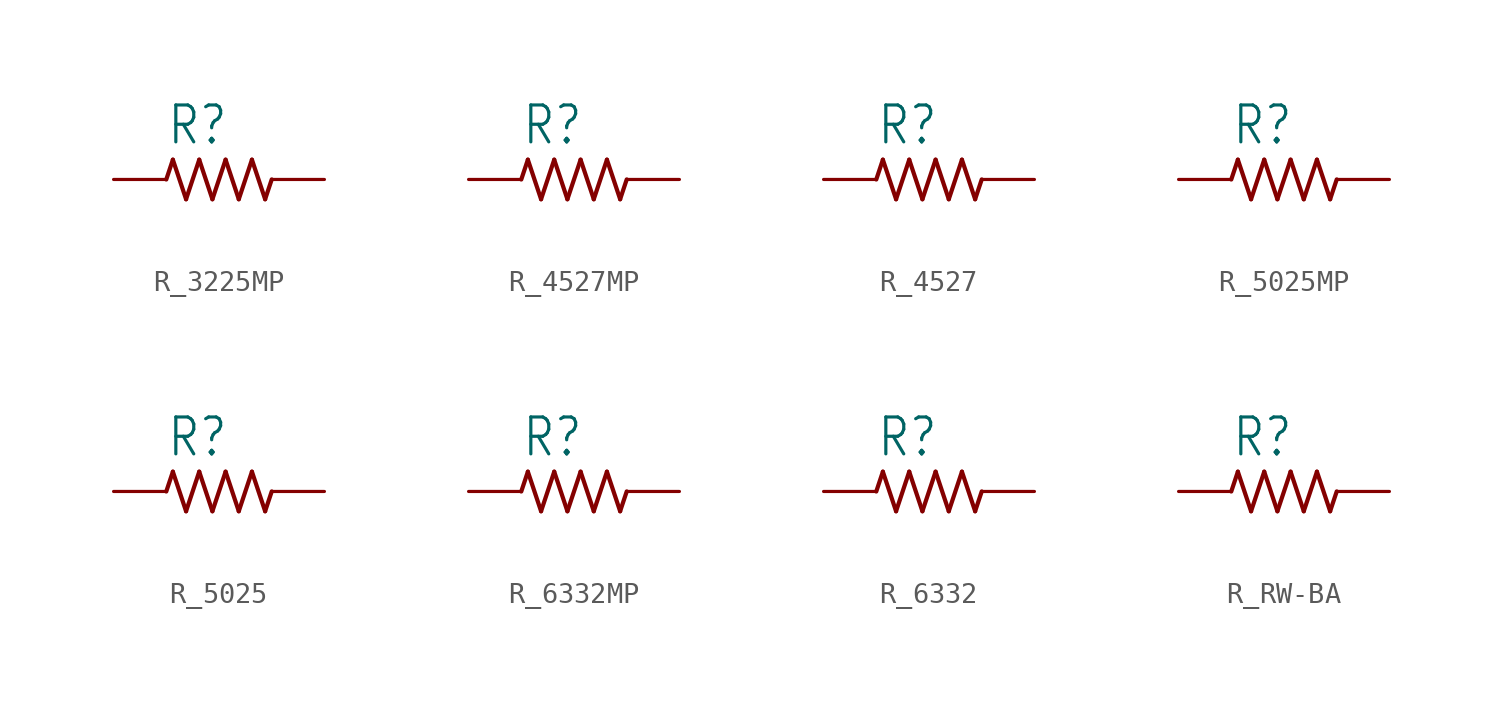
<source format=kicad_sym>
(kicad_symbol_lib
  (version 20231120)
  (generator "kicad_symbol_editor")
  (generator_version "8.0")
  (symbol "R_3225MP"
    (property "Reference" "R"
      (at -2.54 1.587 0)
      (effects (font (size 1.778 1.511)) (justify left bottom)))
    (property "Value" ""
      (at -2.54 -3.175 0)
      (effects (font (size 1.778 1.511)) (justify left bottom)))
    (property "ki_locked" ""
      (at 0 0 0)
      (effects (font (size 1.27 1.27))))
    (symbol "R_3225MP_1_0"
      (polyline (pts (xy -2.54 0) (xy -2.223 0.953)) (stroke (width 0.203) (type solid)) (fill (type none)))
      (polyline (pts (xy -2.223 0.953) (xy -1.587 -0.953)) (stroke (width 0.203) (type solid)) (fill (type none)))
      (polyline (pts (xy -1.587 -0.953) (xy -0.953 0.953)) (stroke (width 0.203) (type solid)) (fill (type none)))
      (polyline (pts (xy -0.953 0.953) (xy -0.318 -0.953)) (stroke (width 0.203) (type solid)) (fill (type none)))
      (polyline (pts (xy -0.318 -0.953) (xy 0.318 0.953)) (stroke (width 0.203) (type solid)) (fill (type none)))
      (polyline (pts (xy 0.318 0.953) (xy 0.953 -0.953)) (stroke (width 0.203) (type solid)) (fill (type none)))
      (polyline (pts (xy 0.953 -0.953) (xy 1.587 0.953)) (stroke (width 0.203) (type solid)) (fill (type none)))
      (polyline (pts (xy 1.587 0.953) (xy 2.223 -0.953)) (stroke (width 0.203) (type solid)) (fill (type none)))
      (polyline (pts (xy 2.223 -0.953) (xy 2.54 0)) (stroke (width 0.203) (type solid)) (fill (type none)))
      (pin passive line (at -5.08 0 0) (length 2.54) (name "1" (effects (font (size 0 0)))) (number "1" (effects (font (size 0 0)))))
      (pin passive line (at 5.08 0 180) (length 2.54) (name "2" (effects (font (size 0 0)))) (number "2" (effects (font (size 0 0)))))))
  (symbol "R_4527MP"
    (property "Reference" "R"
      (at -2.54 1.587 0)
      (effects (font (size 1.778 1.511)) (justify left bottom)))
    (property "Value" ""
      (at -2.54 -3.175 0)
      (effects (font (size 1.778 1.511)) (justify left bottom)))
    (property "ki_locked" ""
      (at 0 0 0)
      (effects (font (size 1.27 1.27))))
    (symbol "R_4527MP_1_0"
      (polyline (pts (xy -2.54 0) (xy -2.223 0.953)) (stroke (width 0.203) (type solid)) (fill (type none)))
      (polyline (pts (xy -2.223 0.953) (xy -1.587 -0.953)) (stroke (width 0.203) (type solid)) (fill (type none)))
      (polyline (pts (xy -1.587 -0.953) (xy -0.953 0.953)) (stroke (width 0.203) (type solid)) (fill (type none)))
      (polyline (pts (xy -0.953 0.953) (xy -0.318 -0.953)) (stroke (width 0.203) (type solid)) (fill (type none)))
      (polyline (pts (xy -0.318 -0.953) (xy 0.318 0.953)) (stroke (width 0.203) (type solid)) (fill (type none)))
      (polyline (pts (xy 0.318 0.953) (xy 0.953 -0.953)) (stroke (width 0.203) (type solid)) (fill (type none)))
      (polyline (pts (xy 0.953 -0.953) (xy 1.587 0.953)) (stroke (width 0.203) (type solid)) (fill (type none)))
      (polyline (pts (xy 1.587 0.953) (xy 2.223 -0.953)) (stroke (width 0.203) (type solid)) (fill (type none)))
      (polyline (pts (xy 2.223 -0.953) (xy 2.54 0)) (stroke (width 0.203) (type solid)) (fill (type none)))
      (pin passive line (at -5.08 0 0) (length 2.54) (name "1" (effects (font (size 0 0)))) (number "1" (effects (font (size 0 0)))))
      (pin passive line (at 5.08 0 180) (length 2.54) (name "2" (effects (font (size 0 0)))) (number "2" (effects (font (size 0 0)))))))
  (symbol "R_4527"
    (property "Reference" "R"
      (at -2.54 1.587 0)
      (effects (font (size 1.778 1.511)) (justify left bottom)))
    (property "Value" ""
      (at -2.54 -3.175 0)
      (effects (font (size 1.778 1.511)) (justify left bottom)))
    (property "ki_locked" ""
      (at 0 0 0)
      (effects (font (size 1.27 1.27))))
    (symbol "R_4527_1_0"
      (polyline (pts (xy -2.54 0) (xy -2.223 0.953)) (stroke (width 0.203) (type solid)) (fill (type none)))
      (polyline (pts (xy -2.223 0.953) (xy -1.587 -0.953)) (stroke (width 0.203) (type solid)) (fill (type none)))
      (polyline (pts (xy -1.587 -0.953) (xy -0.953 0.953)) (stroke (width 0.203) (type solid)) (fill (type none)))
      (polyline (pts (xy -0.953 0.953) (xy -0.318 -0.953)) (stroke (width 0.203) (type solid)) (fill (type none)))
      (polyline (pts (xy -0.318 -0.953) (xy 0.318 0.953)) (stroke (width 0.203) (type solid)) (fill (type none)))
      (polyline (pts (xy 0.318 0.953) (xy 0.953 -0.953)) (stroke (width 0.203) (type solid)) (fill (type none)))
      (polyline (pts (xy 0.953 -0.953) (xy 1.587 0.953)) (stroke (width 0.203) (type solid)) (fill (type none)))
      (polyline (pts (xy 1.587 0.953) (xy 2.223 -0.953)) (stroke (width 0.203) (type solid)) (fill (type none)))
      (polyline (pts (xy 2.223 -0.953) (xy 2.54 0)) (stroke (width 0.203) (type solid)) (fill (type none)))
      (pin passive line (at -5.08 0 0) (length 2.54) (name "1" (effects (font (size 0 0)))) (number "1" (effects (font (size 0 0)))))
      (pin passive line (at 5.08 0 180) (length 2.54) (name "2" (effects (font (size 0 0)))) (number "2" (effects (font (size 0 0)))))))
  (symbol "R_5025MP"
    (property "Reference" "R"
      (at -2.54 1.587 0)
      (effects (font (size 1.778 1.511)) (justify left bottom)))
    (property "Value" ""
      (at -2.54 -3.175 0)
      (effects (font (size 1.778 1.511)) (justify left bottom)))
    (property "ki_locked" ""
      (at 0 0 0)
      (effects (font (size 1.27 1.27))))
    (symbol "R_5025MP_1_0"
      (polyline (pts (xy -2.54 0) (xy -2.223 0.953)) (stroke (width 0.203) (type solid)) (fill (type none)))
      (polyline (pts (xy -2.223 0.953) (xy -1.587 -0.953)) (stroke (width 0.203) (type solid)) (fill (type none)))
      (polyline (pts (xy -1.587 -0.953) (xy -0.953 0.953)) (stroke (width 0.203) (type solid)) (fill (type none)))
      (polyline (pts (xy -0.953 0.953) (xy -0.318 -0.953)) (stroke (width 0.203) (type solid)) (fill (type none)))
      (polyline (pts (xy -0.318 -0.953) (xy 0.318 0.953)) (stroke (width 0.203) (type solid)) (fill (type none)))
      (polyline (pts (xy 0.318 0.953) (xy 0.953 -0.953)) (stroke (width 0.203) (type solid)) (fill (type none)))
      (polyline (pts (xy 0.953 -0.953) (xy 1.587 0.953)) (stroke (width 0.203) (type solid)) (fill (type none)))
      (polyline (pts (xy 1.587 0.953) (xy 2.223 -0.953)) (stroke (width 0.203) (type solid)) (fill (type none)))
      (polyline (pts (xy 2.223 -0.953) (xy 2.54 0)) (stroke (width 0.203) (type solid)) (fill (type none)))
      (pin passive line (at -5.08 0 0) (length 2.54) (name "1" (effects (font (size 0 0)))) (number "1" (effects (font (size 0 0)))))
      (pin passive line (at 5.08 0 180) (length 2.54) (name "2" (effects (font (size 0 0)))) (number "2" (effects (font (size 0 0)))))))
  (symbol "R_5025"
    (property "Reference" "R"
      (at -2.54 1.587 0)
      (effects (font (size 1.778 1.511)) (justify left bottom)))
    (property "Value" ""
      (at -2.54 -3.175 0)
      (effects (font (size 1.778 1.511)) (justify left bottom)))
    (property "ki_locked" ""
      (at 0 0 0)
      (effects (font (size 1.27 1.27))))
    (symbol "R_5025_1_0"
      (polyline (pts (xy -2.54 0) (xy -2.223 0.953)) (stroke (width 0.203) (type solid)) (fill (type none)))
      (polyline (pts (xy -2.223 0.953) (xy -1.587 -0.953)) (stroke (width 0.203) (type solid)) (fill (type none)))
      (polyline (pts (xy -1.587 -0.953) (xy -0.953 0.953)) (stroke (width 0.203) (type solid)) (fill (type none)))
      (polyline (pts (xy -0.953 0.953) (xy -0.318 -0.953)) (stroke (width 0.203) (type solid)) (fill (type none)))
      (polyline (pts (xy -0.318 -0.953) (xy 0.318 0.953)) (stroke (width 0.203) (type solid)) (fill (type none)))
      (polyline (pts (xy 0.318 0.953) (xy 0.953 -0.953)) (stroke (width 0.203) (type solid)) (fill (type none)))
      (polyline (pts (xy 0.953 -0.953) (xy 1.587 0.953)) (stroke (width 0.203) (type solid)) (fill (type none)))
      (polyline (pts (xy 1.587 0.953) (xy 2.223 -0.953)) (stroke (width 0.203) (type solid)) (fill (type none)))
      (polyline (pts (xy 2.223 -0.953) (xy 2.54 0)) (stroke (width 0.203) (type solid)) (fill (type none)))
      (pin passive line (at -5.08 0 0) (length 2.54) (name "1" (effects (font (size 0 0)))) (number "1" (effects (font (size 0 0)))))
      (pin passive line (at 5.08 0 180) (length 2.54) (name "2" (effects (font (size 0 0)))) (number "2" (effects (font (size 0 0)))))))
  (symbol "R_6332MP"
    (property "Reference" "R"
      (at -2.54 1.587 0)
      (effects (font (size 1.778 1.511)) (justify left bottom)))
    (property "Value" ""
      (at -2.54 -3.175 0)
      (effects (font (size 1.778 1.511)) (justify left bottom)))
    (property "ki_locked" ""
      (at 0 0 0)
      (effects (font (size 1.27 1.27))))
    (symbol "R_6332MP_1_0"
      (polyline (pts (xy -2.54 0) (xy -2.223 0.953)) (stroke (width 0.203) (type solid)) (fill (type none)))
      (polyline (pts (xy -2.223 0.953) (xy -1.587 -0.953)) (stroke (width 0.203) (type solid)) (fill (type none)))
      (polyline (pts (xy -1.587 -0.953) (xy -0.953 0.953)) (stroke (width 0.203) (type solid)) (fill (type none)))
      (polyline (pts (xy -0.953 0.953) (xy -0.318 -0.953)) (stroke (width 0.203) (type solid)) (fill (type none)))
      (polyline (pts (xy -0.318 -0.953) (xy 0.318 0.953)) (stroke (width 0.203) (type solid)) (fill (type none)))
      (polyline (pts (xy 0.318 0.953) (xy 0.953 -0.953)) (stroke (width 0.203) (type solid)) (fill (type none)))
      (polyline (pts (xy 0.953 -0.953) (xy 1.587 0.953)) (stroke (width 0.203) (type solid)) (fill (type none)))
      (polyline (pts (xy 1.587 0.953) (xy 2.223 -0.953)) (stroke (width 0.203) (type solid)) (fill (type none)))
      (polyline (pts (xy 2.223 -0.953) (xy 2.54 0)) (stroke (width 0.203) (type solid)) (fill (type none)))
      (pin passive line (at -5.08 0 0) (length 2.54) (name "1" (effects (font (size 0 0)))) (number "1" (effects (font (size 0 0)))))
      (pin passive line (at 5.08 0 180) (length 2.54) (name "2" (effects (font (size 0 0)))) (number "2" (effects (font (size 0 0)))))))
  (symbol "R_6332"
    (property "Reference" "R"
      (at -2.54 1.587 0)
      (effects (font (size 1.778 1.511)) (justify left bottom)))
    (property "Value" ""
      (at -2.54 -3.175 0)
      (effects (font (size 1.778 1.511)) (justify left bottom)))
    (property "ki_locked" ""
      (at 0 0 0)
      (effects (font (size 1.27 1.27))))
    (symbol "R_6332_1_0"
      (polyline (pts (xy -2.54 0) (xy -2.223 0.953)) (stroke (width 0.203) (type solid)) (fill (type none)))
      (polyline (pts (xy -2.223 0.953) (xy -1.587 -0.953)) (stroke (width 0.203) (type solid)) (fill (type none)))
      (polyline (pts (xy -1.587 -0.953) (xy -0.953 0.953)) (stroke (width 0.203) (type solid)) (fill (type none)))
      (polyline (pts (xy -0.953 0.953) (xy -0.318 -0.953)) (stroke (width 0.203) (type solid)) (fill (type none)))
      (polyline (pts (xy -0.318 -0.953) (xy 0.318 0.953)) (stroke (width 0.203) (type solid)) (fill (type none)))
      (polyline (pts (xy 0.318 0.953) (xy 0.953 -0.953)) (stroke (width 0.203) (type solid)) (fill (type none)))
      (polyline (pts (xy 0.953 -0.953) (xy 1.587 0.953)) (stroke (width 0.203) (type solid)) (fill (type none)))
      (polyline (pts (xy 1.587 0.953) (xy 2.223 -0.953)) (stroke (width 0.203) (type solid)) (fill (type none)))
      (polyline (pts (xy 2.223 -0.953) (xy 2.54 0)) (stroke (width 0.203) (type solid)) (fill (type none)))
      (pin passive line (at -5.08 0 0) (length 2.54) (name "1" (effects (font (size 0 0)))) (number "1" (effects (font (size 0 0)))))
      (pin passive line (at 5.08 0 180) (length 2.54) (name "2" (effects (font (size 0 0)))) (number "2" (effects (font (size 0 0)))))))
  (symbol "R_RW-BA"
    (property "Reference" "R"
      (at -2.54 1.587 0)
      (effects (font (size 1.778 1.511)) (justify left bottom)))
    (property "Value" ""
      (at -2.54 -3.175 0)
      (effects (font (size 1.778 1.511)) (justify left bottom)))
    (property "ki_locked" ""
      (at 0 0 0)
      (effects (font (size 1.27 1.27))))
    (symbol "R_RW-BA_1_0"
      (polyline (pts (xy -2.54 0) (xy -2.223 0.953)) (stroke (width 0.203) (type solid)) (fill (type none)))
      (polyline (pts (xy -2.223 0.953) (xy -1.587 -0.953)) (stroke (width 0.203) (type solid)) (fill (type none)))
      (polyline (pts (xy -1.587 -0.953) (xy -0.953 0.953)) (stroke (width 0.203) (type solid)) (fill (type none)))
      (polyline (pts (xy -0.953 0.953) (xy -0.318 -0.953)) (stroke (width 0.203) (type solid)) (fill (type none)))
      (polyline (pts (xy -0.318 -0.953) (xy 0.318 0.953)) (stroke (width 0.203) (type solid)) (fill (type none)))
      (polyline (pts (xy 0.318 0.953) (xy 0.953 -0.953)) (stroke (width 0.203) (type solid)) (fill (type none)))
      (polyline (pts (xy 0.953 -0.953) (xy 1.587 0.953)) (stroke (width 0.203) (type solid)) (fill (type none)))
      (polyline (pts (xy 1.587 0.953) (xy 2.223 -0.953)) (stroke (width 0.203) (type solid)) (fill (type none)))
      (polyline (pts (xy 2.223 -0.953) (xy 2.54 0)) (stroke (width 0.203) (type solid)) (fill (type none)))
      (pin passive line (at -5.08 0 0) (length 2.54) (name "1" (effects (font (size 0 0)))) (number "1" (effects (font (size 0 0)))))
      (pin passive line (at 5.08 0 180) (length 2.54) (name "2" (effects (font (size 0 0)))) (number "2" (effects (font (size 0 0))))))))
</source>
